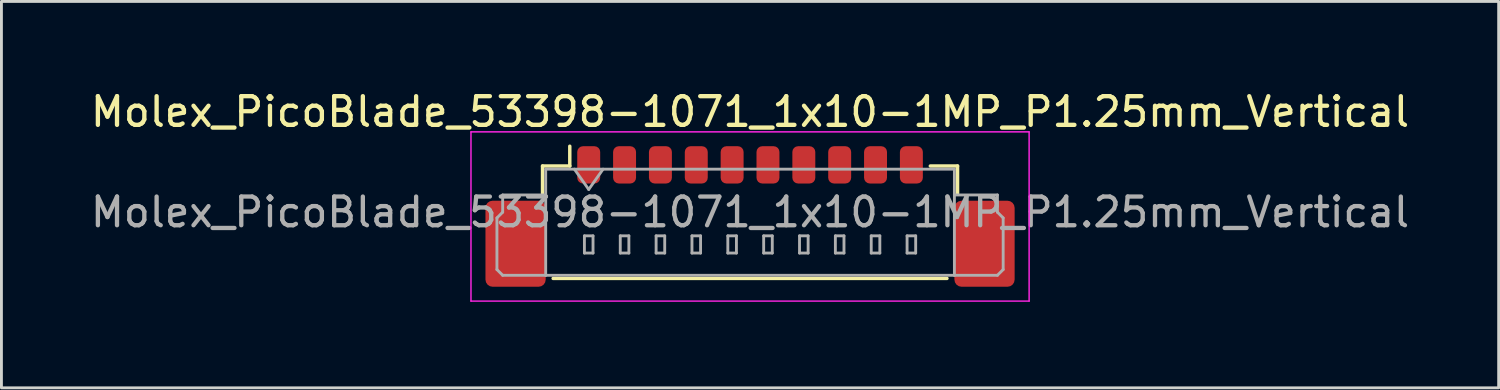
<source format=kicad_pcb>
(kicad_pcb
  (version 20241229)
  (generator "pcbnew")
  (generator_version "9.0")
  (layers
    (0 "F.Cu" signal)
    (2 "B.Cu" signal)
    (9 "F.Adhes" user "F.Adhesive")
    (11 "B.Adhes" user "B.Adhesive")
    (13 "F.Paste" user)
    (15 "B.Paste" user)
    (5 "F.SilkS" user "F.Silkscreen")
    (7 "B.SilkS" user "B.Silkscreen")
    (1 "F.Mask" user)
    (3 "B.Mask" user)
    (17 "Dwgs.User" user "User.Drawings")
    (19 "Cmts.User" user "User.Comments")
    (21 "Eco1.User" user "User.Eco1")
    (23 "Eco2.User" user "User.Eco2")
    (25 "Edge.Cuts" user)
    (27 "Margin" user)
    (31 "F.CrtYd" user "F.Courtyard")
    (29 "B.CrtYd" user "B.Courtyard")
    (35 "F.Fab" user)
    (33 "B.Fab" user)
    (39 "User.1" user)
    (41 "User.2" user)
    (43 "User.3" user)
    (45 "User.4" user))
  (footprint "Molex_PicoBlade_53398-1071_1x10-1MP_P1.25mm_Vertical"
    (layer "F.Cu")
    (at 23.101 3.948)
    (property "Reference" "Molex_PicoBlade_53398-1071_1x10-1MP_P1.25mm_Vertical" (at 0 -3.1 0) (layer "F.SilkS") (effects (font (size 1 1) (thickness 0.15))))
    (attr smd)
    (fp_line (start -7.235 -1.21) (end -6.285 -1.21) (stroke (width 0.12) (type solid)) (layer "F.SilkS"))
    (fp_line (start -7.235 -0.26) (end -7.235 -1.21) (stroke (width 0.12) (type solid)) (layer "F.SilkS"))
    (fp_line (start -6.865 2.71) (end 6.865 2.71) (stroke (width 0.12) (type solid)) (layer "F.SilkS"))
    (fp_line (start -6.285 -1.21) (end -6.285 -1.9) (stroke (width 0.12) (type solid)) (layer "F.SilkS"))
    (fp_line (start 7.235 -1.21) (end 6.285 -1.21) (stroke (width 0.12) (type solid)) (layer "F.SilkS"))
    (fp_line (start 7.235 -0.26) (end 7.235 -1.21) (stroke (width 0.12) (type solid)) (layer "F.SilkS"))
    (fp_line (start -9.73 -2.4) (end -9.73 3.5) (stroke (width 0.05) (type solid)) (layer "F.CrtYd"))
    (fp_line (start -9.73 3.5) (end 9.73 3.5) (stroke (width 0.05) (type solid)) (layer "F.CrtYd"))
    (fp_line (start 9.73 -2.4) (end -9.73 -2.4) (stroke (width 0.05) (type solid)) (layer "F.CrtYd"))
    (fp_line (start 9.73 3.5) (end 9.73 -2.4) (stroke (width 0.05) (type solid)) (layer "F.CrtYd"))
    (fp_line (start -8.825 0.6) (end -8.625 0.4) (stroke (width 0.1) (type solid)) (layer "F.Fab"))
    (fp_line (start -8.825 2.4) (end -8.825 0.6) (stroke (width 0.1) (type solid)) (layer "F.Fab"))
    (fp_line (start -8.625 -0.2) (end -7.125 -0.2) (stroke (width 0.1) (type solid)) (layer "F.Fab"))
    (fp_line (start -8.625 0.4) (end -8.625 -0.2) (stroke (width 0.1) (type solid)) (layer "F.Fab"))
    (fp_line (start -8.625 2.6) (end -8.825 2.4) (stroke (width 0.1) (type solid)) (layer "F.Fab"))
    (fp_line (start -7.125 -1.1) (end -7.125 2.6) (stroke (width 0.1) (type solid)) (layer "F.Fab"))
    (fp_line (start -7.125 -1.1) (end 7.125 -1.1) (stroke (width 0.1) (type solid)) (layer "F.Fab"))
    (fp_line (start -7.125 2.6) (end -8.625 2.6) (stroke (width 0.1) (type solid)) (layer "F.Fab"))
    (fp_line (start -7.125 2.6) (end 7.125 2.6) (stroke (width 0.1) (type solid)) (layer "F.Fab"))
    (fp_line (start -6.125 -1.1) (end -5.625 -0.393) (stroke (width 0.1) (type solid)) (layer "F.Fab"))
    (fp_line (start -5.775 1.225) (end -5.775 1.825) (stroke (width 0.1) (type solid)) (layer "F.Fab"))
    (fp_line (start -5.775 1.825) (end -5.475 1.825) (stroke (width 0.1) (type solid)) (layer "F.Fab"))
    (fp_line (start -5.625 -0.393) (end -5.125 -1.1) (stroke (width 0.1) (type solid)) (layer "F.Fab"))
    (fp_line (start -5.475 1.225) (end -5.775 1.225) (stroke (width 0.1) (type solid)) (layer "F.Fab"))
    (fp_line (start -5.475 1.825) (end -5.475 1.225) (stroke (width 0.1) (type solid)) (layer "F.Fab"))
    (fp_line (start -4.525 1.225) (end -4.525 1.825) (stroke (width 0.1) (type solid)) (layer "F.Fab"))
    (fp_line (start -4.525 1.825) (end -4.225 1.825) (stroke (width 0.1) (type solid)) (layer "F.Fab"))
    (fp_line (start -4.225 1.225) (end -4.525 1.225) (stroke (width 0.1) (type solid)) (layer "F.Fab"))
    (fp_line (start -4.225 1.825) (end -4.225 1.225) (stroke (width 0.1) (type solid)) (layer "F.Fab"))
    (fp_line (start -3.275 1.225) (end -3.275 1.825) (stroke (width 0.1) (type solid)) (layer "F.Fab"))
    (fp_line (start -3.275 1.825) (end -2.975 1.825) (stroke (width 0.1) (type solid)) (layer "F.Fab"))
    (fp_line (start -2.975 1.225) (end -3.275 1.225) (stroke (width 0.1) (type solid)) (layer "F.Fab"))
    (fp_line (start -2.975 1.825) (end -2.975 1.225) (stroke (width 0.1) (type solid)) (layer "F.Fab"))
    (fp_line (start -2.025 1.225) (end -2.025 1.825) (stroke (width 0.1) (type solid)) (layer "F.Fab"))
    (fp_line (start -2.025 1.825) (end -1.725 1.825) (stroke (width 0.1) (type solid)) (layer "F.Fab"))
    (fp_line (start -1.725 1.225) (end -2.025 1.225) (stroke (width 0.1) (type solid)) (layer "F.Fab"))
    (fp_line (start -1.725 1.825) (end -1.725 1.225) (stroke (width 0.1) (type solid)) (layer "F.Fab"))
    (fp_line (start -0.775 1.225) (end -0.775 1.825) (stroke (width 0.1) (type solid)) (layer "F.Fab"))
    (fp_line (start -0.775 1.825) (end -0.475 1.825) (stroke (width 0.1) (type solid)) (layer "F.Fab"))
    (fp_line (start -0.475 1.225) (end -0.775 1.225) (stroke (width 0.1) (type solid)) (layer "F.Fab"))
    (fp_line (start -0.475 1.825) (end -0.475 1.225) (stroke (width 0.1) (type solid)) (layer "F.Fab"))
    (fp_line (start 0.475 1.225) (end 0.475 1.825) (stroke (width 0.1) (type solid)) (layer "F.Fab"))
    (fp_line (start 0.475 1.825) (end 0.775 1.825) (stroke (width 0.1) (type solid)) (layer "F.Fab"))
    (fp_line (start 0.775 1.225) (end 0.475 1.225) (stroke (width 0.1) (type solid)) (layer "F.Fab"))
    (fp_line (start 0.775 1.825) (end 0.775 1.225) (stroke (width 0.1) (type solid)) (layer "F.Fab"))
    (fp_line (start 1.725 1.225) (end 1.725 1.825) (stroke (width 0.1) (type solid)) (layer "F.Fab"))
    (fp_line (start 1.725 1.825) (end 2.025 1.825) (stroke (width 0.1) (type solid)) (layer "F.Fab"))
    (fp_line (start 2.025 1.225) (end 1.725 1.225) (stroke (width 0.1) (type solid)) (layer "F.Fab"))
    (fp_line (start 2.025 1.825) (end 2.025 1.225) (stroke (width 0.1) (type solid)) (layer "F.Fab"))
    (fp_line (start 2.975 1.225) (end 2.975 1.825) (stroke (width 0.1) (type solid)) (layer "F.Fab"))
    (fp_line (start 2.975 1.825) (end 3.275 1.825) (stroke (width 0.1) (type solid)) (layer "F.Fab"))
    (fp_line (start 3.275 1.225) (end 2.975 1.225) (stroke (width 0.1) (type solid)) (layer "F.Fab"))
    (fp_line (start 3.275 1.825) (end 3.275 1.225) (stroke (width 0.1) (type solid)) (layer "F.Fab"))
    (fp_line (start 4.225 1.225) (end 4.225 1.825) (stroke (width 0.1) (type solid)) (layer "F.Fab"))
    (fp_line (start 4.225 1.825) (end 4.525 1.825) (stroke (width 0.1) (type solid)) (layer "F.Fab"))
    (fp_line (start 4.525 1.225) (end 4.225 1.225) (stroke (width 0.1) (type solid)) (layer "F.Fab"))
    (fp_line (start 4.525 1.825) (end 4.525 1.225) (stroke (width 0.1) (type solid)) (layer "F.Fab"))
    (fp_line (start 5.475 1.225) (end 5.475 1.825) (stroke (width 0.1) (type solid)) (layer "F.Fab"))
    (fp_line (start 5.475 1.825) (end 5.775 1.825) (stroke (width 0.1) (type solid)) (layer "F.Fab"))
    (fp_line (start 5.775 1.225) (end 5.475 1.225) (stroke (width 0.1) (type solid)) (layer "F.Fab"))
    (fp_line (start 5.775 1.825) (end 5.775 1.225) (stroke (width 0.1) (type solid)) (layer "F.Fab"))
    (fp_line (start 7.125 -1.1) (end 7.125 2.6) (stroke (width 0.1) (type solid)) (layer "F.Fab"))
    (fp_line (start 7.125 2.6) (end 8.625 2.6) (stroke (width 0.1) (type solid)) (layer "F.Fab"))
    (fp_line (start 8.625 -0.2) (end 7.125 -0.2) (stroke (width 0.1) (type solid)) (layer "F.Fab"))
    (fp_line (start 8.625 0.4) (end 8.625 -0.2) (stroke (width 0.1) (type solid)) (layer "F.Fab"))
    (fp_line (start 8.625 2.6) (end 8.825 2.4) (stroke (width 0.1) (type solid)) (layer "F.Fab"))
    (fp_line (start 8.825 0.6) (end 8.625 0.4) (stroke (width 0.1) (type solid)) (layer "F.Fab"))
    (fp_line (start 8.825 2.4) (end 8.825 0.6) (stroke (width 0.1) (type solid)) (layer "F.Fab"))
    (fp_text user "${REFERENCE}" (at 0 0.4 0) (layer "F.Fab") (effects (font (size 1 1) (thickness 0.15))))
    (pad "1" smd roundrect (at -5.625 -1.25) (size 0.8 1.3) (layers "F.Cu" "F.Mask" "F.Paste") (roundrect_rratio 0.25))
    (pad "2" smd roundrect (at -4.375 -1.25) (size 0.8 1.3) (layers "F.Cu" "F.Mask" "F.Paste") (roundrect_rratio 0.25))
    (pad "3" smd roundrect (at -3.125 -1.25) (size 0.8 1.3) (layers "F.Cu" "F.Mask" "F.Paste") (roundrect_rratio 0.25))
    (pad "4" smd roundrect (at -1.875 -1.25) (size 0.8 1.3) (layers "F.Cu" "F.Mask" "F.Paste") (roundrect_rratio 0.25))
    (pad "5" smd roundrect (at -0.625 -1.25) (size 0.8 1.3) (layers "F.Cu" "F.Mask" "F.Paste") (roundrect_rratio 0.25))
    (pad "6" smd roundrect (at 0.625 -1.25) (size 0.8 1.3) (layers "F.Cu" "F.Mask" "F.Paste") (roundrect_rratio 0.25))
    (pad "7" smd roundrect (at 1.875 -1.25) (size 0.8 1.3) (layers "F.Cu" "F.Mask" "F.Paste") (roundrect_rratio 0.25))
    (pad "8" smd roundrect (at 3.125 -1.25) (size 0.8 1.3) (layers "F.Cu" "F.Mask" "F.Paste") (roundrect_rratio 0.25))
    (pad "9" smd roundrect (at 4.375 -1.25) (size 0.8 1.3) (layers "F.Cu" "F.Mask" "F.Paste") (roundrect_rratio 0.25))
    (pad "10" smd roundrect (at 5.625 -1.25) (size 0.8 1.3) (layers "F.Cu" "F.Mask" "F.Paste") (roundrect_rratio 0.25))
    (pad "MP" smd roundrect (at -8.175 1.5) (size 2.1 3) (layers "F.Cu" "F.Mask" "F.Paste") (roundrect_rratio 0.119))
    (pad "MP" smd roundrect (at 8.175 1.5) (size 2.1 3) (layers "F.Cu" "F.Mask" "F.Paste") (roundrect_rratio 0.119)))
  (gr_rect
    (start -3 -3)
    (end 49.202 10.473)
    (stroke (width 0.1) (type default))
    (fill no)
    (layer "Edge.Cuts")))
</source>
